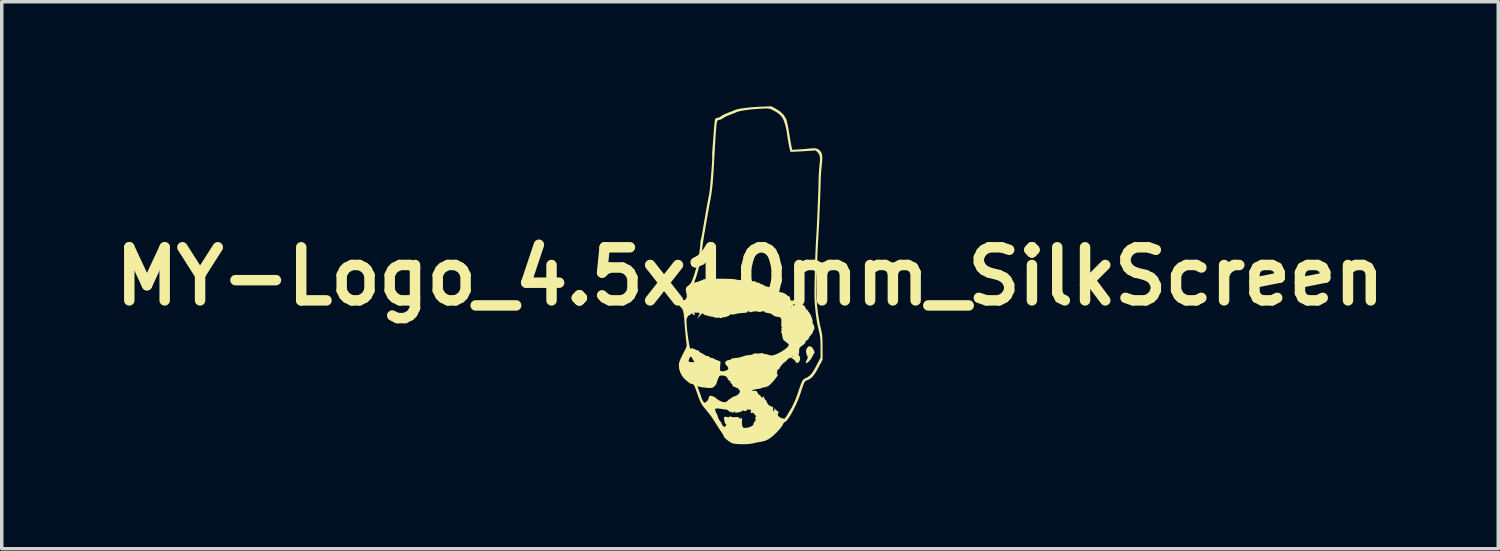
<source format=kicad_pcb>
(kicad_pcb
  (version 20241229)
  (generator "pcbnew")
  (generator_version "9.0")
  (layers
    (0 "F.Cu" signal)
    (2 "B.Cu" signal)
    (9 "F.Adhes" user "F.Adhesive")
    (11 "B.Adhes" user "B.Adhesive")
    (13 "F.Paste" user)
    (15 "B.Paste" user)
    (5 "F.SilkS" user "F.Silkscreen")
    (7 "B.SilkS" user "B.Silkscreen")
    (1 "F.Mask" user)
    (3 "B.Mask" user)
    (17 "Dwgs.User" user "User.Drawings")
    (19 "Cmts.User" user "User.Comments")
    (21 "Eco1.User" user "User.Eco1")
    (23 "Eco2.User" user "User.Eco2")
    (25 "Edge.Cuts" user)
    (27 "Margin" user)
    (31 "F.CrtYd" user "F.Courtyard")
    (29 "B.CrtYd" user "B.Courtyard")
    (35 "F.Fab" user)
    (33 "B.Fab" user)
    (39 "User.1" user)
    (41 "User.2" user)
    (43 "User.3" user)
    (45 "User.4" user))
  (footprint "MY-Logo_4.5x10mm_SilkScreen"
    (layer "F.Cu")
    (at 18.477 4.882)
    (property "Reference" "MY-Logo_4.5x10mm_SilkScreen" (at 0 0 0) (layer "F.SilkS") (effects (font (size 1.524 1.524) (thickness 0.3))))
    (attr board_only exclude_from_pos_files exclude_from_bom)
    (fp_poly (pts (xy 1.724 2.011) (xy 1.745 2.013) (xy 1.772 2.03) (xy 1.802 2.068) (xy 1.83 2.116) (xy 1.848 2.164) (xy 1.851 2.198) (xy 1.845 2.207) (xy 1.825 2.231) (xy 1.802 2.276) (xy 1.796 2.288) (xy 1.768 2.342) (xy 1.731 2.394) (xy 1.691 2.439) (xy 1.653 2.472) (xy 1.622 2.491) (xy 1.603 2.489) (xy 1.602 2.463) (xy 1.604 2.453) (xy 1.627 2.401) (xy 1.643 2.373) (xy 1.657 2.329) (xy 1.652 2.306) (xy 1.615 2.216) (xy 1.606 2.144) (xy 1.623 2.081) (xy 1.628 2.07) (xy 1.657 2.03) (xy 1.682 2.009) (xy 1.686 2.008)) (stroke (width 0) (type solid)) (fill yes) (layer "F.SilkS"))
    (fp_poly (pts (xy 0.745 -4.81) (xy 0.872 -4.728) (xy 0.97 -4.63) (xy 1.035 -4.521) (xy 1.044 -4.498) (xy 1.058 -4.451) (xy 1.073 -4.39) (xy 1.09 -4.309) (xy 1.109 -4.203) (xy 1.132 -4.066) (xy 1.142 -4.003) (xy 1.157 -3.911) (xy 1.173 -3.82) (xy 1.187 -3.747) (xy 1.191 -3.732) (xy 1.212 -3.633) (xy 1.379 -3.641) (xy 1.481 -3.648) (xy 1.591 -3.657) (xy 1.689 -3.667) (xy 1.694 -3.667) (xy 1.802 -3.677) (xy 1.881 -3.674) (xy 1.94 -3.658) (xy 1.989 -3.625) (xy 2.016 -3.597) (xy 2.043 -3.56) (xy 2.061 -3.518) (xy 2.072 -3.464) (xy 2.074 -3.392) (xy 2.07 -3.296) (xy 2.059 -3.171) (xy 2.052 -3.107) (xy 2.042 -3.001) (xy 2.034 -2.875) (xy 2.028 -2.748) (xy 2.027 -2.678) (xy 2.024 -2.562) (xy 2.019 -2.416) (xy 2.013 -2.246) (xy 2.006 -2.061) (xy 1.998 -1.868) (xy 1.99 -1.675) (xy 1.981 -1.489) (xy 1.972 -1.319) (xy 1.964 -1.171) (xy 1.958 -1.066) (xy 1.95 -0.933) (xy 1.942 -0.779) (xy 1.935 -0.609) (xy 1.928 -0.43) (xy 1.922 -0.246) (xy 1.917 -0.065) (xy 1.912 0.11) (xy 1.91 0.271) (xy 1.908 0.413) (xy 1.908 0.531) (xy 1.91 0.618) (xy 1.911 0.643) (xy 1.927 0.857) (xy 1.952 1.067) (xy 1.982 1.263) (xy 2.017 1.434) (xy 2.03 1.487) (xy 2.048 1.561) (xy 2.062 1.626) (xy 2.071 1.69) (xy 2.077 1.764) (xy 2.08 1.854) (xy 2.082 1.97) (xy 2.082 2.035) (xy 2.083 2.39) (xy 1.961 2.621) (xy 1.893 2.742) (xy 1.833 2.833) (xy 1.777 2.899) (xy 1.719 2.945) (xy 1.655 2.977) (xy 1.64 2.982) (xy 1.615 2.991) (xy 1.595 3.002) (xy 1.577 3.019) (xy 1.56 3.047) (xy 1.54 3.091) (xy 1.516 3.156) (xy 1.485 3.247) (xy 1.445 3.37) (xy 1.439 3.386) (xy 1.396 3.504) (xy 1.345 3.627) (xy 1.287 3.749) (xy 1.228 3.866) (xy 1.168 3.972) (xy 1.111 4.062) (xy 1.06 4.131) (xy 1.018 4.174) (xy 0.992 4.185) (xy 0.97 4.202) (xy 0.947 4.242) (xy 0.943 4.254) (xy 0.92 4.295) (xy 0.875 4.355) (xy 0.816 4.424) (xy 0.761 4.483) (xy 0.644 4.593) (xy 0.535 4.671) (xy 0.43 4.721) (xy 0.32 4.747) (xy 0.307 4.749) (xy 0.239 4.76) (xy 0.156 4.777) (xy 0.106 4.79) (xy 0.029 4.804) (xy -0.069 4.814) (xy -0.179 4.818) (xy -0.289 4.817) (xy -0.39 4.811) (xy -0.472 4.801) (xy -0.515 4.789) (xy -0.566 4.762) (xy -0.624 4.722) (xy -0.679 4.679) (xy -0.723 4.637) (xy -0.747 4.606) (xy -0.749 4.6) (xy -0.759 4.574) (xy -0.786 4.526) (xy -0.826 4.463) (xy -0.85 4.427) (xy -0.901 4.35) (xy -0.95 4.273) (xy -0.989 4.211) (xy -0.998 4.196) (xy -1.117 4.015) (xy -1.25 3.846) (xy -1.263 3.831) (xy -1.008 3.831) (xy -0.999 3.847) (xy -0.982 3.882) (xy -0.979 3.901) (xy -0.971 3.93) (xy -0.961 3.936) (xy -0.946 3.953) (xy -0.933 3.995) (xy -0.93 4.008) (xy -0.91 4.069) (xy -0.874 4.134) (xy -0.862 4.151) (xy -0.829 4.197) (xy -0.809 4.234) (xy -0.806 4.243) (xy -0.792 4.276) (xy -0.761 4.308) (xy -0.732 4.32) (xy -0.708 4.305) (xy -0.691 4.281) (xy -0.681 4.249) (xy -0.699 4.232) (xy -0.701 4.231) (xy -0.725 4.205) (xy -0.727 4.188) (xy -0.732 4.147) (xy -0.744 4.109) (xy -0.751 4.06) (xy -0.73 4.031) (xy -0.686 4.028) (xy -0.659 4.037) (xy -0.62 4.049) (xy -0.598 4.036) (xy -0.595 4.032) (xy -0.573 4.016) (xy -0.553 4.026) (xy -0.52 4.037) (xy -0.464 4.042) (xy -0.428 4.04) (xy -0.365 4.038) (xy -0.328 4.046) (xy -0.304 4.067) (xy -0.3 4.072) (xy -0.275 4.096) (xy -0.26 4.091) (xy -0.262 4.072) (xy -0.271 4.07) (xy -0.285 4.063) (xy -0.282 4.058) (xy -0.259 4.058) (xy -0.242 4.068) (xy -0.224 4.101) (xy -0.23 4.146) (xy -0.235 4.205) (xy -0.226 4.274) (xy -0.225 4.276) (xy -0.211 4.323) (xy -0.192 4.345) (xy -0.157 4.35) (xy -0.117 4.349) (xy -0.034 4.335) (xy 0.038 4.304) (xy 0.078 4.277) (xy 0.098 4.26) (xy 0.098 4.258) (xy 0.096 4.237) (xy 0.107 4.203) (xy 0.123 4.174) (xy 0.133 4.166) (xy 0.152 4.15) (xy 0.161 4.116) (xy 0.158 4.08) (xy 0.148 4.066) (xy 0.135 4.054) (xy 0.149 4.051) (xy 0.171 4.039) (xy 0.167 4.008) (xy 0.14 3.967) (xy 0.121 3.947) (xy 0.095 3.926) (xy 0.768 3.926) (xy 0.778 3.936) (xy 0.787 3.926) (xy 0.778 3.917) (xy 0.768 3.926) (xy 0.095 3.926) (xy 0.083 3.917) (xy 0.056 3.913) (xy 0.041 3.922) (xy 0.023 3.932) (xy 0.019 3.916) (xy 0.023 3.881) (xy 0.027 3.838) (xy 0.016 3.823) (xy -0.012 3.826) (xy -0.05 3.824) (xy -0.065 3.813) (xy -0.073 3.809) (xy -0.075 3.823) (xy -0.093 3.849) (xy -0.131 3.864) (xy -0.171 3.863) (xy -0.191 3.852) (xy -0.209 3.843) (xy -0.211 3.853) (xy -0.228 3.869) (xy -0.271 3.888) (xy -0.296 3.895) (xy -0.378 3.912) (xy -0.423 3.915) (xy -0.434 3.902) (xy -0.432 3.897) (xy -0.433 3.88) (xy -0.44 3.878) (xy -0.46 3.891) (xy -0.461 3.896) (xy -0.476 3.909) (xy -0.512 3.907) (xy -0.557 3.895) (xy -0.597 3.875) (xy -0.604 3.869) (xy -0.538 3.869) (xy -0.528 3.878) (xy -0.518 3.869) (xy -0.528 3.859) (xy -0.538 3.869) (xy -0.604 3.869) (xy -0.614 3.86) (xy -0.651 3.831) (xy -0.682 3.823) (xy -0.72 3.82) (xy -0.782 3.812) (xy -0.842 3.802) (xy -0.916 3.792) (xy -0.962 3.792) (xy -0.99 3.802) (xy -0.992 3.804) (xy -1.008 3.831) (xy -1.263 3.831) (xy -1.264 3.83) (xy -1.334 3.747) (xy -1.387 3.671) (xy -1.43 3.588) (xy -1.471 3.487) (xy -1.493 3.427) (xy -1.533 3.311) (xy -1.563 3.227) (xy -1.585 3.168) (xy -1.588 3.164) (xy -1.506 3.164) (xy -1.496 3.197) (xy -1.477 3.247) (xy -1.447 3.326) (xy -1.418 3.409) (xy -1.407 3.445) (xy -1.379 3.523) (xy -1.348 3.585) (xy -1.319 3.622) (xy -1.303 3.629) (xy -1.279 3.617) (xy -1.241 3.589) (xy -1.238 3.587) (xy -1.205 3.545) (xy -1.19 3.503) (xy -1.19 3.503) (xy -1.177 3.45) (xy -1.14 3.426) (xy -1.086 3.434) (xy -1.079 3.437) (xy -1.039 3.456) (xy -1.017 3.464) (xy -0.998 3.477) (xy -0.963 3.507) (xy -0.95 3.519) (xy -0.894 3.558) (xy -0.825 3.591) (xy -0.806 3.598) (xy -0.749 3.612) (xy -0.711 3.611) (xy -0.676 3.595) (xy -0.672 3.593) (xy -0.632 3.562) (xy -0.609 3.538) (xy -0.579 3.516) (xy -0.567 3.513) (xy -0.538 3.498) (xy -0.532 3.487) (xy -0.507 3.466) (xy -0.463 3.449) (xy -0.462 3.449) (xy -0.398 3.427) (xy -0.344 3.392) (xy -0.306 3.35) (xy -0.287 3.309) (xy -0.294 3.274) (xy -0.318 3.256) (xy -0.337 3.235) (xy -0.334 3.221) (xy -0.33 3.207) (xy -0.336 3.211) (xy -0.361 3.211) (xy -0.402 3.193) (xy -0.413 3.187) (xy -0.455 3.166) (xy -0.484 3.16) (xy -0.487 3.162) (xy -0.496 3.156) (xy -0.499 3.135) (xy -0.512 3.098) (xy -0.528 3.084) (xy -0.554 3.059) (xy -0.557 3.044) (xy -0.572 3.013) (xy -0.595 2.995) (xy -0.63 2.961) (xy -0.645 2.929) (xy -0.674 2.884) (xy -0.731 2.854) (xy -0.805 2.844) (xy -0.822 2.845) (xy -0.859 2.851) (xy -0.883 2.87) (xy -0.905 2.91) (xy -0.922 2.952) (xy -0.943 3.011) (xy -0.957 3.055) (xy -0.96 3.072) (xy -0.972 3.096) (xy -1 3.132) (xy -1.034 3.168) (xy -1.063 3.191) (xy -1.072 3.194) (xy -1.1 3.198) (xy -1.11 3.202) (xy -1.136 3.205) (xy -1.186 3.203) (xy -1.264 3.196) (xy -1.375 3.183) (xy -1.402 3.179) (xy -1.454 3.169) (xy -1.484 3.159) (xy -1.502 3.154) (xy -1.506 3.164) (xy -1.588 3.164) (xy -1.604 3.13) (xy -1.62 3.108) (xy -1.637 3.097) (xy -1.658 3.091) (xy -1.671 3.088) (xy -1.717 3.075) (xy -1.744 3.06) (xy -1.745 3.059) (xy -1.766 3.039) (xy -1.807 3.006) (xy -1.828 2.99) (xy -1.921 2.899) (xy -1.99 2.788) (xy -2.032 2.666) (xy -2.043 2.542) (xy -2.036 2.486) (xy -2.021 2.438) (xy -2.013 2.418) (xy -1.762 2.418) (xy -1.758 2.445) (xy -1.729 2.457) (xy -1.685 2.461) (xy -1.625 2.464) (xy -1.599 2.461) (xy -1.599 2.447) (xy -1.617 2.424) (xy -1.647 2.377) (xy -1.66 2.347) (xy -1.681 2.311) (xy -1.709 2.309) (xy -1.736 2.342) (xy -1.745 2.364) (xy -1.762 2.418) (xy -2.013 2.418) (xy -1.992 2.367) (xy -1.953 2.283) (xy -1.915 2.208) (xy -1.87 2.122) (xy -1.84 2.061) (xy -1.824 2.017) (xy -1.818 1.98) (xy -1.819 1.942) (xy -1.826 1.901) (xy -1.833 1.847) (xy -1.842 1.764) (xy -1.852 1.659) (xy -1.863 1.542) (xy -1.872 1.43) (xy -1.884 1.285) (xy -1.885 1.271) (xy -1.823 1.271) (xy -1.821 1.359) (xy -1.811 1.481) (xy -1.805 1.536) (xy -1.794 1.632) (xy -1.781 1.731) (xy -1.767 1.829) (xy -1.752 1.919) (xy -1.738 1.994) (xy -1.726 2.051) (xy -1.717 2.082) (xy -1.711 2.081) (xy -1.711 2.078) (xy -1.694 2.064) (xy -1.654 2.067) (xy -1.603 2.084) (xy -1.563 2.105) (xy -1.528 2.121) (xy -1.511 2.119) (xy -1.492 2.123) (xy -1.462 2.151) (xy -1.458 2.157) (xy -1.42 2.192) (xy -1.383 2.208) (xy -1.381 2.208) (xy -1.35 2.216) (xy -1.344 2.227) (xy -1.328 2.244) (xy -1.315 2.246) (xy -1.29 2.257) (xy -1.286 2.265) (xy -1.27 2.279) (xy -1.231 2.285) (xy -1.186 2.294) (xy -1.164 2.313) (xy -1.138 2.335) (xy -1.097 2.342) (xy -1.048 2.352) (xy -1.018 2.371) (xy -0.98 2.396) (xy -0.959 2.4) (xy -0.922 2.41) (xy -0.911 2.42) (xy -0.885 2.433) (xy -0.871 2.43) (xy -0.857 2.431) (xy -0.85 2.45) (xy -0.851 2.495) (xy -0.855 2.553) (xy -0.86 2.622) (xy -0.86 2.677) (xy -0.855 2.706) (xy -0.855 2.706) (xy -0.825 2.723) (xy -0.773 2.725) (xy -0.712 2.713) (xy -0.67 2.696) (xy -0.631 2.67) (xy -0.622 2.642) (xy -0.626 2.624) (xy -0.652 2.579) (xy -0.673 2.558) (xy -0.708 2.516) (xy -0.712 2.47) (xy -0.685 2.431) (xy -0.675 2.424) (xy -0.627 2.405) (xy -0.594 2.4) (xy -0.556 2.388) (xy -0.543 2.376) (xy -0.515 2.358) (xy -0.47 2.349) (xy -0.328 2.333) (xy -0.221 2.304) (xy 1.21 2.304) (xy 1.217 2.32) (xy 1.222 2.317) (xy 1.225 2.294) (xy 1.222 2.291) (xy 1.211 2.294) (xy 1.21 2.304) (xy -0.221 2.304) (xy -0.22 2.303) (xy -0.202 2.296) (xy -0.147 2.278) (xy -0.073 2.264) (xy -0.03 2.26) (xy 0.035 2.252) (xy 0.081 2.238) (xy 0.095 2.228) (xy 0.128 2.211) (xy 0.185 2.212) (xy 0.249 2.214) (xy 0.307 2.208) (xy 0.312 2.206) (xy 0.354 2.201) (xy 0.375 2.209) (xy 0.401 2.224) (xy 0.428 2.228) (xy 0.473 2.235) (xy 0.532 2.251) (xy 0.546 2.256) (xy 0.594 2.27) (xy 0.635 2.271) (xy 0.685 2.259) (xy 0.726 2.246) (xy 0.793 2.217) (xy 1.363 2.217) (xy 1.373 2.227) (xy 1.382 2.217) (xy 1.373 2.208) (xy 1.363 2.217) (xy 0.793 2.217) (xy 0.809 2.211) (xy 0.896 2.164) (xy 0.977 2.112) (xy 1.045 2.06) (xy 1.089 2.015) (xy 1.096 2.004) (xy 1.109 1.978) (xy 1.111 1.958) (xy 1.097 1.937) (xy 1.063 1.908) (xy 1.004 1.864) (xy 0.991 1.855) (xy 0.955 1.817) (xy 0.935 1.761) (xy 0.929 1.725) (xy 0.919 1.669) (xy 0.907 1.63) (xy 0.901 1.621) (xy 0.894 1.598) (xy 0.902 1.566) (xy 0.907 1.516) (xy 0.896 1.497) (xy 0.883 1.481) (xy 0.898 1.486) (xy 0.919 1.487) (xy 0.922 1.479) (xy 0.91 1.46) (xy 0.906 1.459) (xy 0.9 1.442) (xy 0.897 1.396) (xy 0.899 1.332) (xy 0.899 1.332) (xy 0.9 1.251) (xy 0.887 1.2) (xy 0.856 1.172) (xy 0.8 1.161) (xy 0.772 1.16) (xy 0.706 1.142) (xy 0.663 1.114) (xy 0.616 1.08) (xy 0.572 1.063) (xy 0.489 1.048) (xy 0.439 1.037) (xy 0.416 1.026) (xy 0.414 1.015) (xy 0.409 1.003) (xy 0.378 1.001) (xy 0.334 1.01) (xy 0.317 1.016) (xy 0.273 1.021) (xy 0.219 1.012) (xy 0.217 1.011) (xy 0.147 1.002) (xy 0.073 1.016) (xy 0.017 1.03) (xy -0.011 1.026) (xy -0.015 1.02) (xy -0.034 1.001) (xy -0.06 1.001) (xy -0.072 1.017) (xy -0.072 1.022) (xy -0.084 1.036) (xy -0.127 1.045) (xy -0.205 1.051) (xy -0.207 1.051) (xy -0.289 1.057) (xy -0.367 1.069) (xy -0.421 1.082) (xy -0.482 1.096) (xy -0.523 1.092) (xy -0.525 1.091) (xy -0.558 1.089) (xy -0.58 1.11) (xy -0.604 1.128) (xy -0.646 1.148) (xy -0.695 1.164) (xy -0.736 1.174) (xy -0.757 1.172) (xy -0.758 1.17) (xy -0.773 1.174) (xy -0.803 1.188) (xy -0.844 1.202) (xy -0.874 1.19) (xy -0.913 1.179) (xy -0.933 1.186) (xy -0.98 1.192) (xy -1.015 1.178) (xy -1.073 1.159) (xy -1.127 1.152) (xy -1.173 1.146) (xy -1.2 1.133) (xy -1.2 1.132) (xy -1.224 1.122) (xy -1.231 1.124) (xy -1.259 1.124) (xy -1.278 1.113) (xy -1.3 1.101) (xy -1.306 1.105) (xy -1.315 1.104) (xy -1.334 1.084) (xy -1.351 1.065) (xy -1.368 1.063) (xy -1.393 1.083) (xy -1.434 1.128) (xy -1.439 1.133) (xy -1.516 1.219) (xy -1.478 1.138) (xy -1.455 1.09) (xy -1.442 1.058) (xy -1.44 1.052) (xy -1.457 1.048) (xy -1.501 1.043) (xy -1.526 1.041) (xy -1.582 1.042) (xy -1.61 1.052) (xy -1.613 1.057) (xy -1.602 1.07) (xy -1.597 1.068) (xy -1.583 1.073) (xy -1.581 1.086) (xy -1.592 1.11) (xy -1.619 1.109) (xy -1.648 1.084) (xy -1.65 1.08) (xy -1.668 1.057) (xy -1.682 1.067) (xy -1.69 1.08) (xy -1.72 1.108) (xy -1.739 1.114) (xy -1.769 1.129) (xy -1.78 1.147) (xy -1.798 1.181) (xy -1.807 1.191) (xy -1.819 1.216) (xy -1.823 1.271) (xy -1.885 1.271) (xy -1.894 1.173) (xy -1.903 1.088) (xy -1.913 1.026) (xy -1.924 0.98) (xy -1.939 0.946) (xy -1.957 0.918) (xy -1.981 0.891) (xy -1.988 0.883) (xy 1.19 0.883) (xy 1.197 0.899) (xy 1.203 0.896) (xy 1.205 0.873) (xy 1.203 0.87) (xy 1.192 0.873) (xy 1.19 0.883) (xy -1.988 0.883) (xy -1.994 0.877) (xy -2.027 0.84) (xy 1.24 0.84) (xy 1.252 0.84) (xy 1.279 0.817) (xy 1.282 0.81) (xy 1.28 0.789) (xy 1.263 0.791) (xy 1.243 0.811) (xy 1.24 0.818) (xy 1.24 0.84) (xy -2.027 0.84) (xy -2.032 0.835) (xy -2.053 0.8) (xy -2.057 0.778) (xy 1.306 0.778) (xy 1.315 0.787) (xy 1.325 0.778) (xy 1.315 0.768) (xy 1.306 0.778) (xy -2.057 0.778) (xy -2.062 0.756) (xy -2.064 0.69) (xy -2.064 0.676) (xy -2.062 0.606) (xy -2.056 0.565) (xy -2.043 0.546) (xy -2.03 0.541) (xy -2.002 0.549) (xy -1.996 0.57) (xy -1.984 0.609) (xy -1.957 0.651) (xy -1.925 0.682) (xy -1.894 0.684) (xy -1.873 0.676) (xy -1.831 0.637) (xy -1.813 0.575) (xy -1.822 0.496) (xy -1.83 0.47) (xy -1.846 0.385) (xy -1.838 0.352) (xy 0.544 0.352) (xy 0.547 0.363) (xy 0.557 0.365) (xy 0.573 0.358) (xy 0.57 0.352) (xy 0.547 0.35) (xy 0.544 0.352) (xy -1.838 0.352) (xy -1.831 0.32) (xy -1.783 0.273) (xy -1.775 0.269) (xy -1.728 0.229) (xy -1.694 0.184) (xy -1.604 0.184) (xy -1.527 0.163) (xy -1.457 0.14) (xy -1.384 0.111) (xy -1.373 0.105) (xy -1.344 0.092) (xy -1.312 0.083) (xy -1.271 0.076) (xy -1.215 0.072) (xy -1.139 0.069) (xy -1.037 0.068) (xy -0.903 0.068) (xy -0.883 0.068) (xy -0.759 0.069) (xy -0.646 0.071) (xy -0.551 0.074) (xy -0.479 0.078) (xy -0.438 0.082) (xy -0.432 0.084) (xy -0.391 0.094) (xy -0.329 0.103) (xy -0.295 0.105) (xy -0.23 0.113) (xy -0.176 0.125) (xy -0.159 0.132) (xy -0.121 0.14) (xy -0.056 0.144) (xy 0.024 0.142) (xy 0.026 0.142) (xy 0.103 0.139) (xy 0.148 0.141) (xy 0.167 0.149) (xy 0.168 0.157) (xy 0.179 0.176) (xy 0.207 0.176) (xy 0.254 0.184) (xy 0.28 0.2) (xy 0.32 0.225) (xy 0.345 0.23) (xy 0.386 0.244) (xy 0.403 0.259) (xy 0.428 0.28) (xy 0.439 0.283) (xy 0.463 0.286) (xy 0.51 0.298) (xy 0.534 0.306) (xy 0.586 0.327) (xy 0.608 0.348) (xy 0.608 0.368) (xy 0.606 0.398) (xy 0.624 0.397) (xy 0.653 0.374) (xy 0.681 0.355) (xy 0.701 0.364) (xy 0.71 0.374) (xy 0.748 0.397) (xy 0.779 0.403) (xy 0.819 0.411) (xy 0.837 0.428) (xy 0.826 0.447) (xy 0.821 0.45) (xy 0.818 0.455) (xy 0.843 0.452) (xy 0.884 0.454) (xy 0.938 0.469) (xy 0.993 0.491) (xy 1.036 0.515) (xy 1.056 0.536) (xy 1.056 0.538) (xy 1.072 0.554) (xy 1.092 0.557) (xy 1.124 0.574) (xy 1.148 0.614) (xy 1.154 0.664) (xy 1.154 0.665) (xy 1.168 0.686) (xy 1.19 0.697) (xy 1.221 0.7) (xy 1.229 0.694) (xy 1.245 0.685) (xy 1.282 0.682) (xy 1.352 0.698) (xy 1.434 0.747) (xy 1.497 0.8) (xy 1.533 0.83) (xy 1.558 0.845) (xy 1.56 0.845) (xy 1.573 0.86) (xy 1.574 0.874) (xy 1.586 0.899) (xy 1.596 0.902) (xy 1.608 0.916) (xy 1.605 0.933) (xy 1.603 0.955) (xy 1.622 0.953) (xy 1.647 0.955) (xy 1.651 0.968) (xy 1.665 1.001) (xy 1.681 1.018) (xy 1.714 1.059) (xy 1.747 1.122) (xy 1.776 1.194) (xy 1.795 1.26) (xy 1.797 1.308) (xy 1.796 1.348) (xy 1.806 1.367) (xy 1.828 1.391) (xy 1.842 1.437) (xy 1.846 1.488) (xy 1.838 1.529) (xy 1.831 1.538) (xy 1.808 1.575) (xy 1.805 1.594) (xy 1.792 1.63) (xy 1.76 1.673) (xy 1.75 1.683) (xy 1.716 1.721) (xy 1.697 1.75) (xy 1.696 1.754) (xy 1.682 1.788) (xy 1.653 1.823) (xy 1.623 1.842) (xy 1.618 1.843) (xy 1.598 1.859) (xy 1.593 1.88) (xy 1.589 1.903) (xy 1.573 1.926) (xy 1.539 1.958) (xy 1.481 2.002) (xy 1.454 2.021) (xy 1.425 2.049) (xy 1.412 2.084) (xy 1.41 2.142) (xy 1.41 2.151) (xy 1.408 2.208) (xy 1.399 2.242) (xy 1.393 2.247) (xy 1.389 2.256) (xy 1.406 2.273) (xy 1.433 2.311) (xy 1.439 2.36) (xy 1.43 2.412) (xy 1.407 2.456) (xy 1.375 2.483) (xy 1.337 2.482) (xy 1.331 2.479) (xy 1.309 2.463) (xy 1.309 2.458) (xy 1.31 2.447) (xy 1.29 2.422) (xy 1.261 2.393) (xy 1.231 2.37) (xy 1.212 2.361) (xy 1.191 2.349) (xy 1.19 2.344) (xy 1.178 2.331) (xy 1.146 2.338) (xy 1.106 2.361) (xy 1.066 2.395) (xy 1.05 2.414) (xy 1.019 2.45) (xy 0.997 2.466) (xy 0.994 2.466) (xy 0.977 2.473) (xy 0.947 2.503) (xy 0.911 2.544) (xy 0.877 2.589) (xy 0.852 2.627) (xy 0.845 2.647) (xy 0.829 2.666) (xy 0.816 2.669) (xy 0.79 2.678) (xy 0.787 2.685) (xy 0.784 2.714) (xy 0.775 2.762) (xy 0.775 2.765) (xy 0.77 2.807) (xy 0.779 2.817) (xy 0.784 2.814) (xy 0.805 2.808) (xy 0.802 2.828) (xy 0.778 2.87) (xy 0.733 2.93) (xy 0.73 2.935) (xy 0.661 3.018) (xy 0.598 3.086) (xy 0.547 3.133) (xy 0.511 3.157) (xy 0.498 3.158) (xy 0.481 3.158) (xy 0.48 3.164) (xy 0.463 3.176) (xy 0.423 3.183) (xy 0.421 3.183) (xy 0.372 3.19) (xy 0.339 3.202) (xy 0.3 3.22) (xy 0.288 3.222) (xy 0.242 3.228) (xy 0.182 3.238) (xy 0.121 3.251) (xy 0.07 3.263) (xy 0.043 3.272) (xy 0.042 3.273) (xy 0.053 3.279) (xy 0.091 3.283) (xy 0.114 3.283) (xy 0.167 3.286) (xy 0.196 3.301) (xy 0.215 3.335) (xy 0.217 3.341) (xy 0.238 3.38) (xy 0.26 3.398) (xy 0.261 3.398) (xy 0.287 3.413) (xy 0.316 3.448) (xy 0.34 3.48) (xy 0.356 3.483) (xy 0.375 3.462) (xy 0.395 3.44) (xy 0.402 3.45) (xy 0.403 3.475) (xy 0.418 3.522) (xy 0.442 3.547) (xy 0.472 3.576) (xy 0.48 3.597) (xy 0.491 3.63) (xy 0.516 3.669) (xy 0.547 3.701) (xy 0.572 3.715) (xy 0.578 3.714) (xy 0.594 3.717) (xy 0.595 3.723) (xy 0.605 3.741) (xy 0.61 3.741) (xy 0.649 3.742) (xy 0.664 3.756) (xy 0.662 3.764) (xy 0.656 3.795) (xy 0.663 3.836) (xy 0.677 3.869) (xy 0.689 3.878) (xy 0.698 3.862) (xy 0.695 3.827) (xy 0.686 3.777) (xy 0.725 3.816) (xy 0.767 3.853) (xy 0.799 3.875) (xy 0.823 3.895) (xy 0.819 3.921) (xy 0.81 3.937) (xy 0.795 3.97) (xy 0.805 3.998) (xy 0.826 4.023) (xy 0.876 4.058) (xy 0.929 4.076) (xy 0.971 4.082) (xy 0.991 4.086) (xy 0.991 4.086) (xy 1.002 4.073) (xy 1.029 4.035) (xy 1.067 3.98) (xy 1.08 3.96) (xy 1.201 3.758) (xy 1.303 3.539) (xy 1.383 3.322) (xy 1.424 3.197) (xy 1.457 3.104) (xy 1.484 3.037) (xy 1.508 2.991) (xy 1.531 2.961) (xy 1.556 2.94) (xy 1.587 2.925) (xy 1.589 2.925) (xy 1.656 2.891) (xy 1.715 2.847) (xy 1.769 2.788) (xy 1.825 2.706) (xy 1.887 2.596) (xy 1.905 2.562) (xy 2.025 2.333) (xy 2.024 2.035) (xy 2.022 1.911) (xy 2.018 1.814) (xy 2.011 1.734) (xy 1.999 1.661) (xy 1.981 1.582) (xy 1.972 1.545) (xy 1.928 1.345) (xy 1.892 1.114) (xy 1.865 0.863) (xy 1.853 0.672) (xy 1.85 0.588) (xy 1.85 0.471) (xy 1.851 0.328) (xy 1.853 0.164) (xy 1.857 -0.015) (xy 1.862 -0.203) (xy 1.867 -0.394) (xy 1.874 -0.582) (xy 1.881 -0.762) (xy 1.889 -0.927) (xy 1.897 -1.072) (xy 1.9 -1.123) (xy 1.907 -1.234) (xy 1.915 -1.375) (xy 1.923 -1.541) (xy 1.931 -1.722) (xy 1.939 -1.912) (xy 1.947 -2.103) (xy 1.954 -2.288) (xy 1.96 -2.459) (xy 1.965 -2.61) (xy 1.967 -2.732) (xy 1.968 -2.755) (xy 1.971 -2.869) (xy 1.978 -2.992) (xy 1.986 -3.107) (xy 1.993 -3.168) (xy 2.005 -3.291) (xy 2.008 -3.383) (xy 2.001 -3.452) (xy 1.983 -3.504) (xy 1.953 -3.546) (xy 1.943 -3.557) (xy 1.887 -3.613) (xy 1.527 -3.591) (xy 1.414 -3.584) (xy 1.314 -3.579) (xy 1.235 -3.576) (xy 1.181 -3.575) (xy 1.16 -3.576) (xy 1.16 -3.576) (xy 1.152 -3.598) (xy 1.14 -3.65) (xy 1.124 -3.722) (xy 1.108 -3.807) (xy 1.092 -3.894) (xy 1.078 -3.976) (xy 1.068 -4.044) (xy 1.066 -4.061) (xy 1.048 -4.184) (xy 1.021 -4.306) (xy 0.989 -4.417) (xy 0.954 -4.507) (xy 0.927 -4.557) (xy 0.869 -4.627) (xy 0.797 -4.688) (xy 0.702 -4.746) (xy 0.653 -4.771) (xy 0.609 -4.793) (xy 0.571 -4.807) (xy 0.532 -4.815) (xy 0.482 -4.818) (xy 0.413 -4.817) (xy 0.315 -4.812) (xy 0.298 -4.811) (xy 0.152 -4.801) (xy 0.01 -4.788) (xy -0.12 -4.772) (xy -0.232 -4.754) (xy -0.32 -4.736) (xy -0.377 -4.717) (xy -0.381 -4.715) (xy -0.424 -4.696) (xy -0.49 -4.67) (xy -0.565 -4.641) (xy -0.574 -4.638) (xy -0.651 -4.607) (xy -0.721 -4.573) (xy -0.769 -4.542) (xy -0.772 -4.54) (xy -0.821 -4.508) (xy -0.867 -4.493) (xy -0.873 -4.493) (xy -0.917 -4.482) (xy -0.938 -4.467) (xy -0.948 -4.439) (xy -0.958 -4.38) (xy -0.968 -4.287) (xy -0.979 -4.16) (xy -0.99 -3.997) (xy -1.002 -3.798) (xy -1.015 -3.561) (xy -1.017 -3.523) (xy -1.03 -3.292) (xy -1.041 -3.094) (xy -1.052 -2.926) (xy -1.062 -2.781) (xy -1.073 -2.655) (xy -1.084 -2.545) (xy -1.097 -2.443) (xy -1.111 -2.347) (xy -1.127 -2.251) (xy -1.142 -2.169) (xy -1.163 -2.056) (xy -1.187 -1.922) (xy -1.212 -1.782) (xy -1.235 -1.652) (xy -1.237 -1.641) (xy -1.257 -1.524) (xy -1.278 -1.404) (xy -1.297 -1.294) (xy -1.313 -1.206) (xy -1.316 -1.19) (xy -1.33 -1.103) (xy -1.346 -0.993) (xy -1.362 -0.875) (xy -1.373 -0.787) (xy -1.403 -0.573) (xy -1.443 -0.361) (xy -1.491 -0.162) (xy -1.543 0.012) (xy -1.549 0.03) (xy -1.604 0.184) (xy -1.694 0.184) (xy -1.688 0.176) (xy -1.686 0.171) (xy -1.637 0.058) (xy -1.589 -0.085) (xy -1.543 -0.247) (xy -1.502 -0.418) (xy -1.468 -0.59) (xy -1.444 -0.752) (xy -1.432 -0.87) (xy -1.426 -0.948) (xy -1.419 -1.012) (xy -1.412 -1.052) (xy -1.409 -1.059) (xy -1.402 -1.084) (xy -1.391 -1.139) (xy -1.376 -1.218) (xy -1.359 -1.312) (xy -1.353 -1.35) (xy -1.333 -1.474) (xy -1.309 -1.611) (xy -1.284 -1.755) (xy -1.259 -1.898) (xy -1.235 -2.035) (xy -1.212 -2.158) (xy -1.193 -2.261) (xy -1.178 -2.337) (xy -1.172 -2.37) (xy -1.164 -2.415) (xy -1.155 -2.488) (xy -1.145 -2.584) (xy -1.135 -2.697) (xy -1.124 -2.819) (xy -1.114 -2.946) (xy -1.104 -3.071) (xy -1.096 -3.188) (xy -1.089 -3.291) (xy -1.085 -3.375) (xy -1.084 -3.432) (xy -1.086 -3.457) (xy -1.086 -3.458) (xy -1.088 -3.482) (xy -1.086 -3.536) (xy -1.082 -3.611) (xy -1.076 -3.69) (xy -1.067 -3.792) (xy -1.057 -3.918) (xy -1.047 -4.053) (xy -1.038 -4.182) (xy -1.037 -4.202) (xy -1.029 -4.307) (xy -1.019 -4.398) (xy -1.01 -4.47) (xy -1 -4.514) (xy -0.996 -4.524) (xy -0.961 -4.545) (xy -0.93 -4.55) (xy -0.887 -4.562) (xy -0.837 -4.592) (xy -0.83 -4.598) (xy -0.784 -4.627) (xy -0.715 -4.662) (xy -0.638 -4.693) (xy -0.631 -4.696) (xy -0.556 -4.724) (xy -0.488 -4.751) (xy -0.442 -4.771) (xy -0.438 -4.773) (xy -0.382 -4.792) (xy -0.295 -4.811) (xy -0.181 -4.829) (xy -0.047 -4.845) (xy 0.1 -4.858) (xy 0.255 -4.868) (xy 0.308 -4.87) (xy 0.607 -4.882)) (stroke (width 0) (type solid)) (fill yes) (layer "F.SilkS")))
  (gr_rect
    (start -3 -3)
    (end 39.953 12.7)
    (stroke (width 0.1) (type default))
    (fill no)
    (layer "Edge.Cuts")))
</source>
